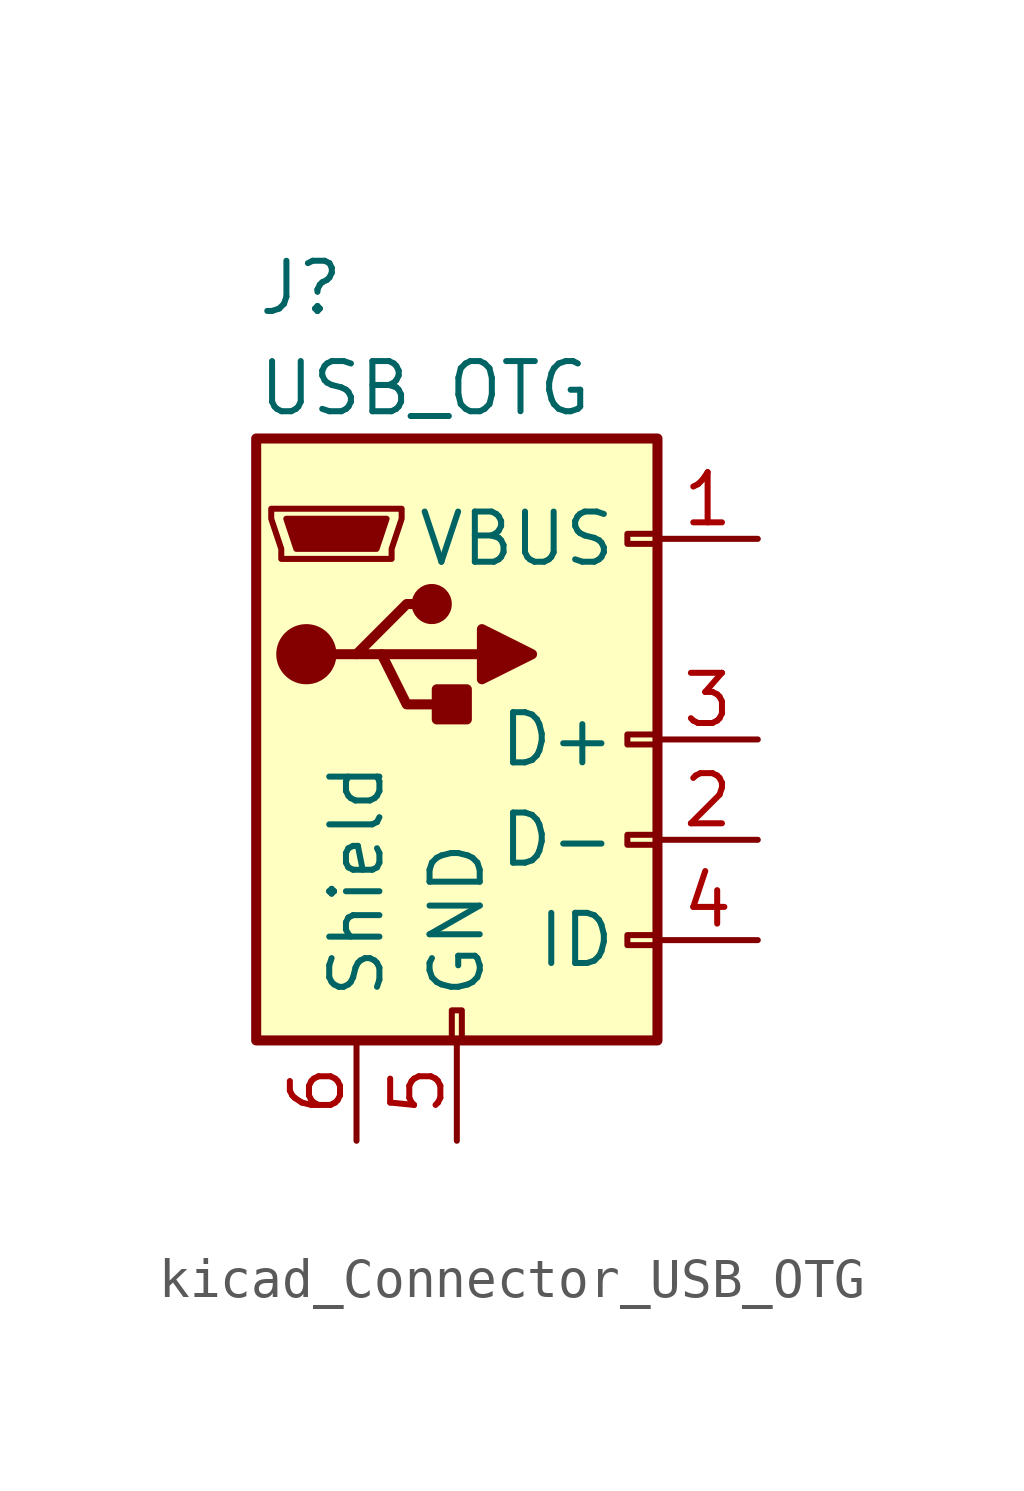
<source format=kicad_sym>
(kicad_symbol_lib
  (version 20220914)
  (generator kicad_symbol_editor)
  (symbol "kicad_Connector_USB_OTG"
    (pin_names
      (offset 1.016))
    (property "Reference" "J"
      (at -5.08 11.43 0)
      (effects (font (size 1.27 1.27)) (justify left)))
    (property "Value" "USB_OTG"
      (at -5.08 8.89 0)
      (effects (font (size 1.27 1.27)) (justify left)))
    (symbol "kicad_Connector_USB_OTG_0_1"
      (rectangle (start -5.08 -7.62) (end 5.08 7.62) (stroke (width 0.254) (type default)) (fill (type background)))
      (circle (center -3.81 2.159) (radius 0.635) (stroke (width 0.254) (type default)) (fill (type outline)))
      (circle (center -0.635 3.429) (radius 0.381) (stroke (width 0.254) (type default)) (fill (type outline)))
      (rectangle (start -0.127 -7.62) (end 0.127 -6.858) (stroke (width 0) (type default)) (fill (type none)))
      (polyline (pts (xy -1.905 2.159) (xy 0.635 2.159)) (stroke (width 0.254) (type default)) (fill (type none)))
      (polyline (pts (xy -3.175 2.159) (xy -2.54 2.159) (xy -1.27 3.429) (xy -0.635 3.429)) (stroke (width 0.254) (type default)) (fill (type none)))
      (polyline (pts (xy -2.54 2.159) (xy -1.905 2.159) (xy -1.27 0.889) (xy 0 0.889)) (stroke (width 0.254) (type default)) (fill (type none)))
      (polyline (pts (xy 0.635 2.794) (xy 0.635 1.524) (xy 1.905 2.159) (xy 0.635 2.794)) (stroke (width 0.254) (type default)) (fill (type outline)))
      (polyline (pts (xy -4.318 5.588) (xy -1.778 5.588) (xy -2.032 4.826) (xy -4.064 4.826) (xy -4.318 5.588)) (stroke (width 0) (type default)) (fill (type outline)))
      (polyline (pts (xy -4.699 5.842) (xy -4.699 5.588) (xy -4.445 4.826) (xy -4.445 4.572) (xy -1.651 4.572) (xy -1.651 4.826) (xy -1.397 5.588) (xy -1.397 5.842) (xy -4.699 5.842)) (stroke (width 0) (type default)) (fill (type none)))
      (rectangle (start 0.254 1.27) (end -0.508 0.508) (stroke (width 0.254) (type default)) (fill (type outline)))
      (rectangle (start 5.08 -5.207) (end 4.318 -4.953) (stroke (width 0) (type default)) (fill (type none)))
      (rectangle (start 5.08 -2.667) (end 4.318 -2.413) (stroke (width 0) (type default)) (fill (type none)))
      (rectangle (start 5.08 -0.127) (end 4.318 0.127) (stroke (width 0) (type default)) (fill (type none)))
      (rectangle (start 5.08 4.953) (end 4.318 5.207) (stroke (width 0) (type default)) (fill (type none))))
    (symbol "kicad_Connector_USB_OTG_1_1"
      (pin passive line (at 7.62 5.08 180) (length 2.54) (name "VBUS" (effects (font (size 1.27 1.27)))) (number "1" (effects (font (size 1.27 1.27)))))
      (pin bidirectional line (at 7.62 -2.54 180) (length 2.54) (name "D-" (effects (font (size 1.27 1.27)))) (number "2" (effects (font (size 1.27 1.27)))))
      (pin bidirectional line (at 7.62 0 180) (length 2.54) (name "D+" (effects (font (size 1.27 1.27)))) (number "3" (effects (font (size 1.27 1.27)))))
      (pin passive line (at 7.62 -5.08 180) (length 2.54) (name "ID" (effects (font (size 1.27 1.27)))) (number "4" (effects (font (size 1.27 1.27)))))
      (pin passive line (at 0 -10.16 90) (length 2.54) (name "GND" (effects (font (size 1.27 1.27)))) (number "5" (effects (font (size 1.27 1.27)))))
      (pin passive line (at -2.54 -10.16 90) (length 2.54) (name "Shield" (effects (font (size 1.27 1.27)))) (number "6" (effects (font (size 1.27 1.27))))))))
</source>
